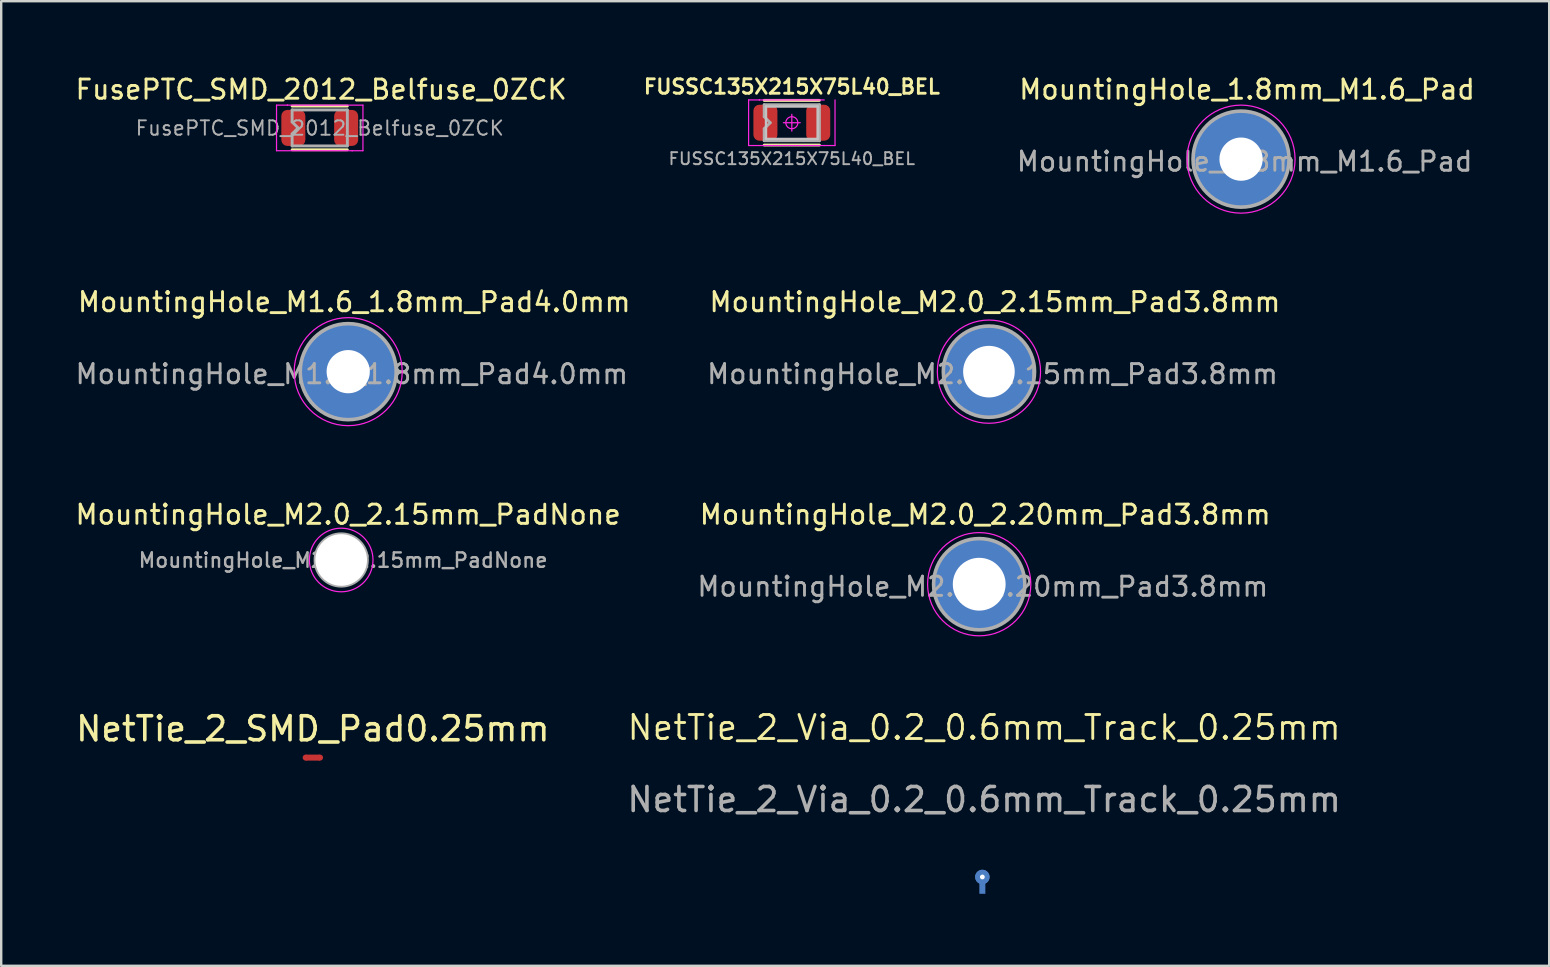
<source format=kicad_pcb>
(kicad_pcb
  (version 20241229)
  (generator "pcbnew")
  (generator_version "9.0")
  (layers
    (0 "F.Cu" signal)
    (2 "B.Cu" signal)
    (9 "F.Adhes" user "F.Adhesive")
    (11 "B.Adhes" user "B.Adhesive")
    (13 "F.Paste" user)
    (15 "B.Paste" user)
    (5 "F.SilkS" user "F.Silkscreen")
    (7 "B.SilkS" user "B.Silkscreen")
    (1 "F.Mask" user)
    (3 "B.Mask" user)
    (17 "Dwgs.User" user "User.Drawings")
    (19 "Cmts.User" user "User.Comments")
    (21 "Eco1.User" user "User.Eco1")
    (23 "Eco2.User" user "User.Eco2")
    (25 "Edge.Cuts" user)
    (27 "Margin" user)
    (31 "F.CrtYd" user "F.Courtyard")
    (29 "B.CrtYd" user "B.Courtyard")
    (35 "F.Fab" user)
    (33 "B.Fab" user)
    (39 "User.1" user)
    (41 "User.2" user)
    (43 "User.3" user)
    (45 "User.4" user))
  (footprint "MountingHole_M2.0_2.20mm_Pad3.8mm"
    (layer "F.Cu")
    (at 37.74 21.286)
    (property "Reference" "MountingHole_M2.0_2.20mm_Pad3.8mm" (at 0.25 -2.9 0) (layer "F.SilkS") (effects (font (size 0.8 0.8) (thickness 0.12))))
    (attr exclude_from_pos_files exclude_from_bom)
    (fp_circle (center 0 0) (end 2.15 0) (stroke (width 0.05) (type solid)) (fill no) (layer "F.CrtYd"))
    (fp_circle (center 0 0) (end 1.9 0) (stroke (width 0.15) (type solid)) (fill no) (layer "F.Fab"))
    (fp_text user "${REFERENCE}" (at 0.15 0.1 0) (layer "F.Fab") (effects (font (size 0.8 0.8) (thickness 0.12))))
    (pad "1" thru_hole circle (at 0 0) (size 3.8 3.8) (drill 2.2) (layers "*.Cu" "*.Mask")))
  (footprint "MountingHole_M1.6_1.8mm_Pad4.0mm"
    (layer "F.Cu")
    (at 11.455 12.432)
    (property "Reference" "MountingHole_M1.6_1.8mm_Pad4.0mm" (at 0.25 -2.9 0) (layer "F.SilkS") (effects (font (size 0.8 0.8) (thickness 0.12))))
    (attr exclude_from_pos_files exclude_from_bom)
    (fp_circle (center 0 0) (end 2.25 0) (stroke (width 0.05) (type solid)) (fill no) (layer "F.CrtYd"))
    (fp_circle (center 0 0) (end 2 0) (stroke (width 0.15) (type solid)) (fill no) (layer "F.Fab"))
    (fp_text user "${REFERENCE}" (at 0.15 0.1 0) (layer "F.Fab") (effects (font (size 0.8 0.8) (thickness 0.12))))
    (pad "1" thru_hole circle (at 0 0) (size 4 4) (drill 1.8) (layers "*.Cu" "*.Mask")))
  (footprint "MountingHole_M2.0_2.15mm_Pad3.8mm"
    (layer "F.Cu")
    (at 38.145 12.432)
    (property "Reference" "MountingHole_M2.0_2.15mm_Pad3.8mm" (at 0.25 -2.9 0) (layer "F.SilkS") (effects (font (size 0.8 0.8) (thickness 0.12))))
    (attr exclude_from_pos_files exclude_from_bom)
    (fp_circle (center 0 0) (end 2.15 0) (stroke (width 0.05) (type solid)) (fill no) (layer "F.CrtYd"))
    (fp_circle (center 0 0) (end 1.9 0) (stroke (width 0.15) (type solid)) (fill no) (layer "F.Fab"))
    (fp_text user "${REFERENCE}" (at 0.15 0.1 0) (layer "F.Fab") (effects (font (size 0.8 0.8) (thickness 0.12))))
    (pad "1" thru_hole circle (at 0 0) (size 3.8 3.8) (drill 2.15) (layers "*.Cu" "*.Mask")))
  (footprint "NetTie_2_Via_0.2_0.6mm_Track_0.25mm"
    (layer "F.Cu")
    (at 37.871 33.481)
    (property "Reference" "NetTie_2_Via_0.2_0.6mm_Track_0.25mm" (at 0.075 -6.225 0) (unlocked yes) (layer "F.SilkS") (effects (font (size 1 1) (thickness 0.12))))
    (attr through_hole exclude_from_pos_files exclude_from_bom allow_missing_courtyard)
    (fp_text user "${REFERENCE}" (at 0.075 -3.225 0) (unlocked yes) (layer "F.Fab") (effects (font (size 1 1) (thickness 0.15))))
    (pad "1" thru_hole circle (at 0 0) (size 0.6 0.6) (drill 0.2) (layers "*.Cu") (remove_unused_layers yes) (zone_layer_connections))
    (pad "2" smd custom (at 0 0) (size 0.6 0.6) (layers "B.Cu") (options (anchor circle)) (primitives (gr_rect (start -0.125 0.25) (end 0.125 0.7) (width 0) (fill yes)))))
  (footprint "MountingHole_M2.0_2.15mm_PadNone"
    (layer "F.Cu")
    (at 11.163 20.277)
    (property "Reference" "MountingHole_M2.0_2.15mm_PadNone" (at 0.289 -1.891 0) (layer "F.SilkS") (effects (font (size 0.8 0.8) (thickness 0.12))))
    (attr exclude_from_pos_files exclude_from_bom)
    (fp_circle (center 0 0) (end 1.325 0) (stroke (width 0.05) (type solid)) (fill no) (layer "F.CrtYd"))
    (fp_circle (center 0 0) (end 1.075 0) (stroke (width 0.15) (type solid)) (fill no) (layer "F.Fab"))
    (fp_text user "${REFERENCE}" (at 0.081 0.011 0) (layer "F.Fab") (effects (font (size 0.6 0.6) (thickness 0.1))))
    (pad "" np_thru_hole circle (at 0 0) (size 2.15 2.15) (drill 2.15) (layers "*.Cu" "*.Mask")))
  (footprint "MountingHole_1.8mm_M1.6_Pad"
    (layer "F.Cu")
    (at 48.647 3.579)
    (property "Reference" "MountingHole_1.8mm_M1.6_Pad" (at 0.25 -2.9 0) (layer "F.SilkS") (effects (font (size 0.8 0.8) (thickness 0.12))))
    (attr exclude_from_pos_files exclude_from_bom)
    (fp_circle (center 0 0) (end 2.25 0) (stroke (width 0.05) (type solid)) (fill no) (layer "F.CrtYd"))
    (fp_circle (center 0 0) (end 2 0) (stroke (width 0.15) (type solid)) (fill no) (layer "F.Fab"))
    (fp_text user "${REFERENCE}" (at 0.15 0.1 0) (layer "F.Fab") (effects (font (size 0.8 0.8) (thickness 0.12))))
    (pad "1" thru_hole circle (at 0 0) (size 4 4) (drill 1.8) (layers "*.Cu" "*.Mask")))
  (footprint "NetTie_2_SMD_Pad0.25mm"
    (layer "F.Cu")
    (at 9.982 28.509)
    (property "Reference" "NetTie_2_SMD_Pad0.25mm" (at 0 -1.2 0) (layer "F.SilkS") (effects (font (size 1 1) (thickness 0.15))))
    (attr exclude_from_pos_files exclude_from_bom allow_missing_courtyard)
    (fp_poly (pts (xy -0.3 -0.125) (xy 0.3 -0.125) (xy 0.3 0.125) (xy -0.3 0.125)) (stroke (width 0) (type solid)) (fill yes) (layer "F.Cu"))
    (pad "1" smd circle (at -0.3 0) (size 0.25 0.25) (layers "F.Cu"))
    (pad "2" smd circle (at 0.3 0) (size 0.25 0.25) (layers "F.Cu")))
  (footprint "FusePTC_SMD_2012_Belfuse_0ZCK"
    (layer "F.Cu")
    (at 10.269 2.279)
    (property "Reference" "FusePTC_SMD_2012_Belfuse_0ZCK" (at 0.06 -1.6 0) (layer "F.SilkS") (effects (font (size 0.8 0.8) (thickness 0.12))))
    (attr smd)
    (fp_line (start -1.15 -0.91) (end 1.15 -0.91) (stroke (width 0.12) (type solid)) (layer "F.SilkS"))
    (fp_line (start -1.15 0.91) (end 1.15 0.91) (stroke (width 0.12) (type solid)) (layer "F.SilkS"))
    (fp_line (start -1.8 -0.95) (end -1.8 0.95) (stroke (width 0.05) (type solid)) (layer "F.CrtYd"))
    (fp_line (start -1.8 0.95) (end 1.35 0.95) (stroke (width 0.05) (type solid)) (layer "F.CrtYd"))
    (fp_line (start -1.35 -0.95) (end -1.8 -0.95) (stroke (width 0.05) (type solid)) (layer "F.CrtYd"))
    (fp_line (start -1.35 -0.95) (end -1.35 -0.95) (stroke (width 0.05) (type solid)) (layer "F.CrtYd"))
    (fp_line (start 1.35 0.95) (end 1.35 0.95) (stroke (width 0.05) (type solid)) (layer "F.CrtYd"))
    (fp_line (start 1.35 0.95) (end 1.8 0.95) (stroke (width 0.05) (type solid)) (layer "F.CrtYd"))
    (fp_line (start 1.8 -0.95) (end -1.35 -0.95) (stroke (width 0.05) (type solid)) (layer "F.CrtYd"))
    (fp_line (start 1.8 0.95) (end 1.8 -0.95) (stroke (width 0.05) (type solid)) (layer "F.CrtYd"))
    (fp_line (start -1.15 -0.75) (end -1.15 -0.25) (stroke (width 0.12) (type solid)) (layer "F.Fab"))
    (fp_line (start -1.15 -0.25) (end -0.9 0) (stroke (width 0.12) (type solid)) (layer "F.Fab"))
    (fp_line (start -1.15 0.25) (end -1.15 0.75) (stroke (width 0.12) (type solid)) (layer "F.Fab"))
    (fp_line (start -1.15 0.75) (end 1.15 0.75) (stroke (width 0.12) (type solid)) (layer "F.Fab"))
    (fp_line (start -0.9 0) (end -1.15 0.25) (stroke (width 0.12) (type solid)) (layer "F.Fab"))
    (fp_line (start 1.15 -0.75) (end -1.15 -0.75) (stroke (width 0.12) (type solid)) (layer "F.Fab"))
    (fp_line (start 1.15 0.75) (end 1.15 -0.75) (stroke (width 0.12) (type solid)) (layer "F.Fab"))
    (fp_text user "${REFERENCE}" (at 0 0.01 0) (layer "F.Fab") (effects (font (size 0.6 0.6) (thickness 0.08))))
    (pad "1" smd roundrect (at -1.1 0) (size 1 1.5) (layers "F.Cu" "F.Mask" "F.Paste") (roundrect_rratio 0.25))
    (pad "2" smd roundrect (at 1.1 0) (size 1 1.5) (layers "F.Cu" "F.Mask" "F.Paste") (roundrect_rratio 0.25)))
  (footprint "FUSSC135X215X75L40_BEL"
    (layer "F.Cu")
    (at 29.934 2.062)
    (property "Reference" "FUSSC135X215X75L40_BEL" (at 0 -1.5 0) (layer "F.SilkS") (effects (font (size 0.6 0.6) (thickness 0.12))))
    (attr smd)
    (fp_line (start -1.15 -0.93) (end 1.15 -0.93) (stroke (width 0.12) (type solid)) (layer "F.SilkS"))
    (fp_line (start -1.15 0.93) (end 1.15 0.93) (stroke (width 0.12) (type solid)) (layer "F.SilkS"))
    (fp_line (start -1.075 -0.675) (end 1.075 -0.675) (stroke (width 0.1) (type solid)) (layer "Dwgs.User"))
    (fp_line (start -1.075 0.675) (end -1.075 -0.675) (stroke (width 0.1) (type solid)) (layer "Dwgs.User"))
    (fp_line (start 1.075 -0.675) (end 1.075 0.675) (stroke (width 0.1) (type solid)) (layer "Dwgs.User"))
    (fp_line (start 1.075 0.675) (end -1.075 0.675) (stroke (width 0.1) (type solid)) (layer "Dwgs.User"))
    (fp_line (start -1.8 -0.95) (end -1.8 0.95) (stroke (width 0.05) (type solid)) (layer "F.CrtYd"))
    (fp_line (start -1.8 0.95) (end 1.35 0.95) (stroke (width 0.05) (type solid)) (layer "F.CrtYd"))
    (fp_line (start -1.35 -0.95) (end -1.8 -0.95) (stroke (width 0.05) (type solid)) (layer "F.CrtYd"))
    (fp_line (start -1.35 -0.95) (end -1.35 -0.95) (stroke (width 0.05) (type solid)) (layer "F.CrtYd"))
    (fp_line (start 0 -0.35) (end 0 0.35) (stroke (width 0.05) (type solid)) (layer "F.CrtYd"))
    (fp_line (start 0.35 0) (end -0.35 0) (stroke (width 0.05) (type solid)) (layer "F.CrtYd"))
    (fp_line (start 1.35 -0.95) (end -1.35 -0.95) (stroke (width 0.05) (type solid)) (layer "F.CrtYd"))
    (fp_line (start 1.35 0.95) (end 1.35 0.95) (stroke (width 0.05) (type solid)) (layer "F.CrtYd"))
    (fp_line (start 1.35 0.95) (end 1.8 0.95) (stroke (width 0.05) (type solid)) (layer "F.CrtYd"))
    (fp_line (start 1.8 0.95) (end 1.8 -0.95) (stroke (width 0.05) (type solid)) (layer "F.CrtYd"))
    (fp_circle (center 0 0) (end 0 0.25) (stroke (width 0.05) (type solid)) (fill no) (layer "F.CrtYd"))
    (fp_line (start -1.15 -0.75) (end -1.15 -0.25) (stroke (width 0.12) (type solid)) (layer "F.Fab"))
    (fp_line (start -1.15 -0.25) (end -0.9 0) (stroke (width 0.12) (type solid)) (layer "F.Fab"))
    (fp_line (start -1.15 0.25) (end -1.15 0.75) (stroke (width 0.12) (type solid)) (layer "F.Fab"))
    (fp_line (start -1.15 0.75) (end 1.15 0.75) (stroke (width 0.12) (type solid)) (layer "F.Fab"))
    (fp_line (start -0.9 0) (end -1.15 0.25) (stroke (width 0.12) (type solid)) (layer "F.Fab"))
    (fp_line (start 1.15 -0.75) (end -1.15 -0.75) (stroke (width 0.12) (type solid)) (layer "F.Fab"))
    (fp_line (start 1.15 0.75) (end 1.15 -0.75) (stroke (width 0.12) (type solid)) (layer "F.Fab"))
    (fp_text user "${REFERENCE}" (at 0 1.5 0) (layer "F.Fab") (effects (font (size 0.5 0.5) (thickness 0.08))))
    (pad "1" smd roundrect (at -1.1 0) (size 1 1.5) (layers "F.Cu" "F.Mask" "F.Paste") (roundrect_rratio 0.25))
    (pad "2" smd roundrect (at 1.1 0) (size 1 1.5) (layers "F.Cu" "F.Mask" "F.Paste") (roundrect_rratio 0.25)))
  (gr_rect
    (start -3 -3)
    (end 61.483 37.181)
    (stroke (width 0.1) (type default))
    (fill no)
    (layer "Edge.Cuts")))
</source>
